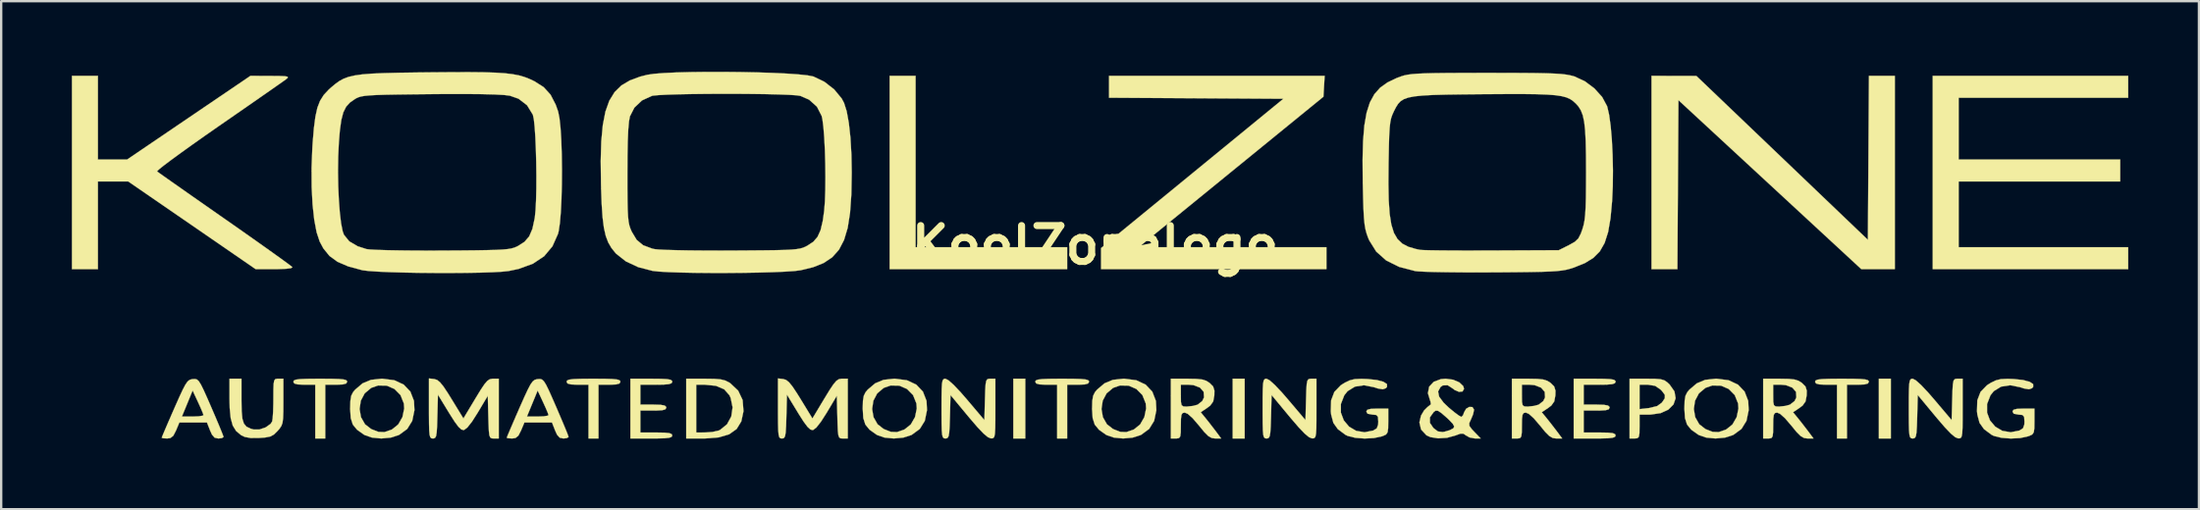
<source format=kicad_pcb>
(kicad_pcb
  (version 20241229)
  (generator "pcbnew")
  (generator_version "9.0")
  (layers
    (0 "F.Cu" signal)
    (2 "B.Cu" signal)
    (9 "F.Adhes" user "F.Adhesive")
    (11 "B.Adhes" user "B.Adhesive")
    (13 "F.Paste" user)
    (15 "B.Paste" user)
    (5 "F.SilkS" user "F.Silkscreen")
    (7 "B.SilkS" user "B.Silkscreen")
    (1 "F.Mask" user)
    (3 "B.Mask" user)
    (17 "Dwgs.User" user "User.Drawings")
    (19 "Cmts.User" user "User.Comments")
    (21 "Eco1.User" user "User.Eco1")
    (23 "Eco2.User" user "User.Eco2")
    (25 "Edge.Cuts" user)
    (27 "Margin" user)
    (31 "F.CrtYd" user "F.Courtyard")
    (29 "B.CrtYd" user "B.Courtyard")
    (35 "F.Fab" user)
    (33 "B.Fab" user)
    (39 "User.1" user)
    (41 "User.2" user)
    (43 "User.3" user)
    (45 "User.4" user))
  (footprint "KoolZonelogo"
    (layer "F.Cu")
    (at 43.439 7.37)
    (property "Reference" "KoolZonelogo" (at 0 0 0) (layer "F.SilkS") (effects (font (size 1.524 1.524) (thickness 0.3))))
    (attr through_hole)
    (fp_poly (pts (xy -2.963 8.213) (xy -3.471 8.213) (xy -3.471 5.673) (xy -2.963 5.673) (xy -2.963 8.213)) (stroke (width 0.01) (type solid)) (fill yes) (layer "F.SilkS"))
    (fp_poly (pts (xy 6.35 8.213) (xy 5.842 8.213) (xy 5.842 5.673) (xy 6.35 5.673) (xy 6.35 8.213)) (stroke (width 0.01) (type solid)) (fill yes) (layer "F.SilkS"))
    (fp_poly (pts (xy 33.782 8.213) (xy 33.274 8.213) (xy 33.274 5.673) (xy 33.782 5.673) (xy 33.782 8.213)) (stroke (width 0.01) (type solid)) (fill yes) (layer "F.SilkS"))
    (fp_poly (pts (xy -7.62 0.085) (xy -1.185 0.085) (xy -1.185 1.016) (xy -8.721 1.016) (xy -8.721 -7.197) (xy -7.62 -7.197) (xy -7.62 0.085)) (stroke (width 0.01) (type solid)) (fill yes) (layer "F.SilkS"))
    (fp_poly (pts (xy 33.951 1.016) (xy 32.528 1.016) (xy 24.765 -6.164) (xy 24.721 1.016) (xy 23.622 1.016) (xy 23.622 -7.197) (xy 25.527 -7.193) (xy 29.168 -3.711) (xy 32.808 -0.229) (xy 32.853 -7.197) (xy 33.951 -7.197) (xy 33.951 1.016)) (stroke (width 0.01) (type solid)) (fill yes) (layer "F.SilkS"))
    (fp_poly (pts (xy 43.857 -6.265) (xy 36.661 -6.265) (xy 36.661 -3.641) (xy 43.519 -3.641) (xy 43.519 -2.709) (xy 36.661 -2.709) (xy 36.661 0.085) (xy 43.857 0.085) (xy 43.857 1.016) (xy 35.56 1.016) (xy 35.56 -7.197) (xy 43.857 -7.197) (xy 43.857 -6.265)) (stroke (width 0.01) (type solid)) (fill yes) (layer "F.SilkS"))
    (fp_poly (pts (xy 9.72 -6.754) (xy 9.694 -6.31) (xy 5.773 -3.113) (xy 1.851 0.085) (xy 9.821 0.085) (xy 9.821 1.016) (xy 0.254 1.016) (xy 0.254 0.12) (xy 4.124 -3.051) (xy 7.994 -6.223) (xy 4.294 -6.245) (xy 0.593 -6.267) (xy 0.593 -7.197) (xy 9.746 -7.197) (xy 9.72 -6.754)) (stroke (width 0.01) (type solid)) (fill yes) (layer "F.SilkS"))
    (fp_poly (pts (xy -32.425 5.675) (xy -32.101 5.685) (xy -31.897 5.705) (xy -31.789 5.737) (xy -31.751 5.785) (xy -31.75 5.8) (xy -31.792 5.876) (xy -31.939 5.916) (xy -32.216 5.927) (xy -32.681 5.927) (xy -32.681 8.213) (xy -33.105 8.213) (xy -33.105 5.927) (xy -33.57 5.927) (xy -33.851 5.915) (xy -33.996 5.875) (xy -34.036 5.8) (xy -34.012 5.748) (xy -33.923 5.712) (xy -33.745 5.689) (xy -33.453 5.677) (xy -33.022 5.673) (xy -32.893 5.673) (xy -32.425 5.675)) (stroke (width 0.01) (type solid)) (fill yes) (layer "F.SilkS"))
    (fp_poly (pts (xy -20.825 5.675) (xy -20.502 5.685) (xy -20.298 5.705) (xy -20.19 5.737) (xy -20.152 5.785) (xy -20.151 5.8) (xy -20.192 5.876) (xy -20.339 5.916) (xy -20.616 5.927) (xy -21.082 5.927) (xy -21.082 8.213) (xy -21.505 8.213) (xy -21.505 5.927) (xy -21.971 5.927) (xy -22.252 5.915) (xy -22.396 5.875) (xy -22.437 5.8) (xy -22.413 5.748) (xy -22.324 5.712) (xy -22.146 5.689) (xy -21.854 5.677) (xy -21.423 5.673) (xy -21.294 5.673) (xy -20.825 5.675)) (stroke (width 0.01) (type solid)) (fill yes) (layer "F.SilkS"))
    (fp_poly (pts (xy -0.929 5.675) (xy -0.605 5.685) (xy -0.401 5.705) (xy -0.293 5.737) (xy -0.255 5.785) (xy -0.254 5.8) (xy -0.296 5.876) (xy -0.443 5.916) (xy -0.72 5.927) (xy -1.185 5.927) (xy -1.185 8.213) (xy -1.609 8.213) (xy -1.609 5.927) (xy -2.074 5.927) (xy -2.355 5.915) (xy -2.5 5.875) (xy -2.54 5.8) (xy -2.516 5.748) (xy -2.427 5.712) (xy -2.249 5.689) (xy -1.957 5.677) (xy -1.526 5.673) (xy -1.397 5.673) (xy -0.929 5.675)) (stroke (width 0.01) (type solid)) (fill yes) (layer "F.SilkS"))
    (fp_poly (pts (xy 32.176 5.675) (xy 32.5 5.685) (xy 32.703 5.705) (xy 32.812 5.737) (xy 32.849 5.785) (xy 32.851 5.8) (xy 32.809 5.876) (xy 32.662 5.916) (xy 32.385 5.927) (xy 31.919 5.927) (xy 31.919 8.213) (xy 31.496 8.213) (xy 31.496 5.927) (xy 31.03 5.927) (xy 30.75 5.915) (xy 30.605 5.875) (xy 30.565 5.8) (xy 30.589 5.748) (xy 30.678 5.712) (xy 30.856 5.689) (xy 31.148 5.677) (xy 31.578 5.673) (xy 31.708 5.673) (xy 32.176 5.675)) (stroke (width 0.01) (type solid)) (fill yes) (layer "F.SilkS"))
    (fp_poly (pts (xy -18.432 5.677) (xy -18.168 5.691) (xy -18.019 5.719) (xy -17.956 5.766) (xy -17.949 5.8) (xy -17.981 5.865) (xy -18.097 5.904) (xy -18.327 5.923) (xy -18.627 5.927) (xy -19.304 5.927) (xy -19.304 6.773) (xy -18.754 6.773) (xy -18.445 6.782) (xy -18.273 6.812) (xy -18.207 6.872) (xy -18.203 6.9) (xy -18.24 6.972) (xy -18.371 7.011) (xy -18.629 7.026) (xy -18.754 7.027) (xy -19.304 7.027) (xy -19.304 7.959) (xy -18.627 7.959) (xy -18.279 7.965) (xy -18.071 7.986) (xy -17.971 8.029) (xy -17.949 8.086) (xy -17.977 8.144) (xy -18.077 8.181) (xy -18.277 8.203) (xy -18.604 8.212) (xy -18.838 8.213) (xy -19.727 8.213) (xy -19.727 5.673) (xy -18.838 5.673) (xy -18.432 5.677)) (stroke (width 0.01) (type solid)) (fill yes) (layer "F.SilkS"))
    (fp_poly (pts (xy -16.171 5.678) (xy -15.9 5.7) (xy -15.706 5.748) (xy -15.543 5.828) (xy -15.485 5.865) (xy -15.151 6.181) (xy -14.963 6.579) (xy -14.927 7.049) (xy -14.927 7.055) (xy -15.019 7.486) (xy -15.217 7.81) (xy -15.533 8.034) (xy -15.977 8.166) (xy -16.56 8.212) (xy -16.616 8.213) (xy -17.357 8.213) (xy -17.357 5.927) (xy -16.933 5.927) (xy -16.933 7.959) (xy -16.531 7.957) (xy -16.242 7.935) (xy -15.992 7.879) (xy -15.925 7.852) (xy -15.626 7.61) (xy -15.444 7.276) (xy -15.388 6.889) (xy -15.471 6.489) (xy -15.522 6.377) (xy -15.745 6.124) (xy -16.098 5.974) (xy -16.565 5.927) (xy -16.933 5.927) (xy -17.357 5.927) (xy -17.357 5.673) (xy -16.565 5.673) (xy -16.171 5.678)) (stroke (width 0.01) (type solid)) (fill yes) (layer "F.SilkS"))
    (fp_poly (pts (xy 21.615 5.677) (xy 21.879 5.691) (xy 22.029 5.719) (xy 22.091 5.766) (xy 22.098 5.8) (xy 22.066 5.865) (xy 21.95 5.904) (xy 21.721 5.923) (xy 21.421 5.927) (xy 20.743 5.927) (xy 20.743 6.773) (xy 21.294 6.773) (xy 21.602 6.782) (xy 21.774 6.812) (xy 21.84 6.872) (xy 21.844 6.9) (xy 21.807 6.972) (xy 21.676 7.011) (xy 21.419 7.026) (xy 21.294 7.027) (xy 20.743 7.027) (xy 20.743 7.959) (xy 21.421 7.959) (xy 21.768 7.965) (xy 21.977 7.986) (xy 22.076 8.029) (xy 22.098 8.086) (xy 22.071 8.144) (xy 21.971 8.181) (xy 21.771 8.203) (xy 21.443 8.212) (xy 21.209 8.213) (xy 20.32 8.213) (xy 20.32 5.673) (xy 21.209 5.673) (xy 21.615 5.677)) (stroke (width 0.01) (type solid)) (fill yes) (layer "F.SilkS"))
    (fp_poly (pts (xy 23.774 5.676) (xy 24.008 5.695) (xy 24.164 5.74) (xy 24.288 5.823) (xy 24.391 5.92) (xy 24.595 6.212) (xy 24.646 6.501) (xy 24.556 6.765) (xy 24.34 6.983) (xy 24.013 7.134) (xy 23.589 7.196) (xy 23.542 7.197) (xy 23.114 7.197) (xy 23.114 7.705) (xy 23.11 7.986) (xy 23.085 8.138) (xy 23.024 8.2) (xy 22.91 8.213) (xy 22.902 8.213) (xy 22.691 8.213) (xy 22.691 5.927) (xy 23.114 5.927) (xy 23.114 6.965) (xy 23.513 6.92) (xy 23.86 6.836) (xy 24.063 6.688) (xy 24.186 6.505) (xy 24.189 6.362) (xy 24.067 6.196) (xy 24.007 6.134) (xy 23.774 5.975) (xy 23.471 5.927) (xy 23.457 5.927) (xy 23.114 5.927) (xy 22.691 5.927) (xy 22.691 5.673) (xy 23.417 5.673) (xy 23.774 5.676)) (stroke (width 0.01) (type solid)) (fill yes) (layer "F.SilkS"))
    (fp_poly (pts (xy -36.237 6.591) (xy -36.23 7.05) (xy -36.2 7.369) (xy -36.135 7.58) (xy -36.022 7.712) (xy -35.848 7.795) (xy -35.717 7.832) (xy -35.471 7.83) (xy -35.209 7.74) (xy -35.002 7.591) (xy -34.935 7.489) (xy -34.913 7.349) (xy -34.895 7.084) (xy -34.885 6.738) (xy -34.883 6.512) (xy -34.881 6.13) (xy -34.872 5.886) (xy -34.847 5.749) (xy -34.799 5.689) (xy -34.719 5.673) (xy -34.671 5.673) (xy -34.459 5.673) (xy -34.459 6.645) (xy -34.461 7.065) (xy -34.471 7.353) (xy -34.496 7.547) (xy -34.545 7.682) (xy -34.623 7.798) (xy -34.702 7.889) (xy -34.856 8.042) (xy -35.013 8.128) (xy -35.232 8.171) (xy -35.485 8.189) (xy -35.846 8.192) (xy -36.097 8.147) (xy -36.258 8.069) (xy -36.465 7.895) (xy -36.608 7.664) (xy -36.695 7.347) (xy -36.738 6.913) (xy -36.745 6.528) (xy -36.745 5.673) (xy -36.237 5.673) (xy -36.237 6.591)) (stroke (width 0.01) (type solid)) (fill yes) (layer "F.SilkS"))
    (fp_poly (pts (xy -4.233 6.943) (xy -4.234 7.43) (xy -4.239 7.773) (xy -4.251 7.998) (xy -4.275 8.128) (xy -4.314 8.19) (xy -4.373 8.208) (xy -4.424 8.208) (xy -4.549 8.157) (xy -4.734 8.003) (xy -4.99 7.735) (xy -5.33 7.339) (xy -5.376 7.284) (xy -6.138 6.365) (xy -6.162 7.289) (xy -6.175 7.695) (xy -6.192 7.961) (xy -6.22 8.117) (xy -6.264 8.19) (xy -6.33 8.212) (xy -6.353 8.213) (xy -6.417 8.204) (xy -6.462 8.16) (xy -6.491 8.057) (xy -6.509 7.869) (xy -6.517 7.572) (xy -6.519 7.139) (xy -6.519 6.943) (xy -6.518 6.454) (xy -6.512 6.11) (xy -6.499 5.885) (xy -6.474 5.754) (xy -6.435 5.692) (xy -6.378 5.673) (xy -6.354 5.673) (xy -6.221 5.741) (xy -5.999 5.939) (xy -5.697 6.259) (xy -5.443 6.552) (xy -4.699 7.431) (xy -4.675 6.552) (xy -4.663 6.159) (xy -4.647 5.905) (xy -4.619 5.76) (xy -4.572 5.693) (xy -4.497 5.674) (xy -4.442 5.673) (xy -4.233 5.673) (xy -4.233 6.943)) (stroke (width 0.01) (type solid)) (fill yes) (layer "F.SilkS"))
    (fp_poly (pts (xy 9.398 6.943) (xy 9.397 7.43) (xy 9.393 7.773) (xy 9.38 7.998) (xy 9.356 8.128) (xy 9.317 8.19) (xy 9.259 8.208) (xy 9.207 8.208) (xy 9.082 8.157) (xy 8.897 8.003) (xy 8.641 7.735) (xy 8.301 7.339) (xy 8.255 7.284) (xy 7.493 6.365) (xy 7.469 7.289) (xy 7.456 7.695) (xy 7.439 7.961) (xy 7.412 8.117) (xy 7.368 8.19) (xy 7.301 8.212) (xy 7.279 8.213) (xy 7.215 8.204) (xy 7.169 8.16) (xy 7.14 8.057) (xy 7.123 7.869) (xy 7.115 7.572) (xy 7.112 7.139) (xy 7.112 6.943) (xy 7.113 6.454) (xy 7.119 6.11) (xy 7.132 5.885) (xy 7.157 5.754) (xy 7.196 5.692) (xy 7.253 5.673) (xy 7.278 5.673) (xy 7.411 5.741) (xy 7.632 5.939) (xy 7.934 6.259) (xy 8.188 6.552) (xy 8.932 7.431) (xy 8.956 6.552) (xy 8.968 6.159) (xy 8.984 5.905) (xy 9.012 5.76) (xy 9.059 5.693) (xy 9.135 5.674) (xy 9.189 5.673) (xy 9.398 5.673) (xy 9.398 6.943)) (stroke (width 0.01) (type solid)) (fill yes) (layer "F.SilkS"))
    (fp_poly (pts (xy 36.83 6.943) (xy 36.829 7.43) (xy 36.825 7.773) (xy 36.812 7.998) (xy 36.788 8.128) (xy 36.749 8.19) (xy 36.691 8.208) (xy 36.639 8.208) (xy 36.514 8.157) (xy 36.329 8.003) (xy 36.073 7.735) (xy 35.733 7.339) (xy 35.687 7.284) (xy 34.925 6.365) (xy 34.901 7.289) (xy 34.888 7.695) (xy 34.871 7.961) (xy 34.844 8.117) (xy 34.8 8.19) (xy 34.733 8.212) (xy 34.711 8.213) (xy 34.647 8.204) (xy 34.601 8.16) (xy 34.572 8.057) (xy 34.555 7.869) (xy 34.547 7.572) (xy 34.544 7.139) (xy 34.544 6.943) (xy 34.545 6.454) (xy 34.551 6.11) (xy 34.564 5.885) (xy 34.589 5.754) (xy 34.628 5.692) (xy 34.685 5.673) (xy 34.71 5.673) (xy 34.843 5.741) (xy 35.064 5.939) (xy 35.366 6.259) (xy 35.62 6.552) (xy 36.364 7.431) (xy 36.388 6.552) (xy 36.4 6.159) (xy 36.416 5.905) (xy 36.444 5.76) (xy 36.491 5.693) (xy 36.567 5.674) (xy 36.621 5.673) (xy 36.83 5.673) (xy 36.83 6.943)) (stroke (width 0.01) (type solid)) (fill yes) (layer "F.SilkS"))
    (fp_poly (pts (xy -29.747 5.738) (xy -29.349 5.925) (xy -29.067 6.222) (xy -28.915 6.616) (xy -28.895 7.01) (xy -28.989 7.464) (xy -29.201 7.807) (xy -29.547 8.06) (xy -29.555 8.064) (xy -29.899 8.175) (xy -30.304 8.212) (xy -30.699 8.174) (xy -31.016 8.064) (xy -31.03 8.055) (xy -31.331 7.841) (xy -31.511 7.622) (xy -31.599 7.344) (xy -31.623 6.959) (xy -31.224 6.959) (xy -31.165 7.306) (xy -30.993 7.608) (xy -30.734 7.81) (xy -30.428 7.931) (xy -30.169 7.941) (xy -29.874 7.84) (xy -29.843 7.825) (xy -29.584 7.616) (xy -29.404 7.303) (xy -29.329 6.94) (xy -29.344 6.726) (xy -29.487 6.368) (xy -29.742 6.11) (xy -30.071 5.967) (xy -30.437 5.96) (xy -30.73 6.062) (xy -31.007 6.295) (xy -31.172 6.607) (xy -31.224 6.959) (xy -31.623 6.959) (xy -31.623 6.955) (xy -31.623 6.941) (xy -31.614 6.614) (xy -31.579 6.4) (xy -31.501 6.244) (xy -31.411 6.137) (xy -31.096 5.869) (xy -30.742 5.722) (xy -30.295 5.673) (xy -30.251 5.673) (xy -29.747 5.738)) (stroke (width 0.01) (type solid)) (fill yes) (layer "F.SilkS"))
    (fp_poly (pts (xy -7.988 5.738) (xy -7.589 5.925) (xy -7.308 6.222) (xy -7.155 6.616) (xy -7.136 7.01) (xy -7.229 7.464) (xy -7.442 7.807) (xy -7.787 8.06) (xy -7.795 8.064) (xy -8.139 8.175) (xy -8.544 8.212) (xy -8.94 8.174) (xy -9.257 8.064) (xy -9.271 8.055) (xy -9.572 7.841) (xy -9.752 7.622) (xy -9.84 7.344) (xy -9.863 6.959) (xy -9.465 6.959) (xy -9.406 7.306) (xy -9.234 7.608) (xy -8.975 7.81) (xy -8.669 7.931) (xy -8.409 7.941) (xy -8.115 7.84) (xy -8.084 7.825) (xy -7.824 7.616) (xy -7.644 7.303) (xy -7.569 6.94) (xy -7.584 6.726) (xy -7.728 6.368) (xy -7.982 6.11) (xy -8.311 5.967) (xy -8.677 5.96) (xy -8.971 6.062) (xy -9.248 6.295) (xy -9.412 6.607) (xy -9.465 6.959) (xy -9.863 6.959) (xy -9.864 6.955) (xy -9.864 6.941) (xy -9.855 6.614) (xy -9.819 6.4) (xy -9.742 6.244) (xy -9.652 6.137) (xy -9.337 5.869) (xy -8.983 5.722) (xy -8.536 5.673) (xy -8.492 5.673) (xy -7.988 5.738)) (stroke (width 0.01) (type solid)) (fill yes) (layer "F.SilkS"))
    (fp_poly (pts (xy 1.749 5.738) (xy 2.147 5.925) (xy 2.429 6.222) (xy 2.581 6.616) (xy 2.601 7.01) (xy 2.507 7.464) (xy 2.295 7.807) (xy 1.949 8.06) (xy 1.941 8.064) (xy 1.597 8.175) (xy 1.192 8.212) (xy 0.797 8.174) (xy 0.48 8.064) (xy 0.466 8.055) (xy 0.165 7.841) (xy -0.015 7.622) (xy -0.103 7.344) (xy -0.127 6.959) (xy 0.272 6.959) (xy 0.331 7.306) (xy 0.503 7.608) (xy 0.762 7.81) (xy 1.068 7.931) (xy 1.327 7.941) (xy 1.622 7.84) (xy 1.653 7.825) (xy 1.912 7.616) (xy 2.092 7.303) (xy 2.167 6.94) (xy 2.152 6.726) (xy 2.009 6.368) (xy 1.754 6.11) (xy 1.425 5.967) (xy 1.059 5.96) (xy 0.766 6.062) (xy 0.489 6.295) (xy 0.324 6.607) (xy 0.272 6.959) (xy -0.127 6.959) (xy -0.127 6.955) (xy -0.127 6.941) (xy -0.118 6.614) (xy -0.083 6.4) (xy -0.005 6.244) (xy 0.085 6.137) (xy 0.4 5.869) (xy 0.754 5.722) (xy 1.201 5.673) (xy 1.245 5.673) (xy 1.749 5.738)) (stroke (width 0.01) (type solid)) (fill yes) (layer "F.SilkS"))
    (fp_poly (pts (xy 26.895 5.738) (xy 27.293 5.925) (xy 27.575 6.222) (xy 27.727 6.616) (xy 27.747 7.01) (xy 27.653 7.464) (xy 27.441 7.807) (xy 27.095 8.06) (xy 27.087 8.064) (xy 26.743 8.175) (xy 26.338 8.212) (xy 25.943 8.174) (xy 25.626 8.064) (xy 25.612 8.055) (xy 25.311 7.841) (xy 25.131 7.622) (xy 25.043 7.344) (xy 25.019 6.959) (xy 25.418 6.959) (xy 25.477 7.306) (xy 25.649 7.608) (xy 25.908 7.81) (xy 26.214 7.931) (xy 26.473 7.941) (xy 26.768 7.84) (xy 26.799 7.825) (xy 27.058 7.616) (xy 27.238 7.303) (xy 27.313 6.94) (xy 27.298 6.726) (xy 27.155 6.368) (xy 26.9 6.11) (xy 26.571 5.967) (xy 26.205 5.96) (xy 25.912 6.062) (xy 25.635 6.295) (xy 25.47 6.607) (xy 25.418 6.959) (xy 25.019 6.959) (xy 25.019 6.955) (xy 25.019 6.941) (xy 25.028 6.614) (xy 25.063 6.4) (xy 25.141 6.244) (xy 25.231 6.137) (xy 25.546 5.869) (xy 25.9 5.722) (xy 26.347 5.673) (xy 26.391 5.673) (xy 26.895 5.738)) (stroke (width 0.01) (type solid)) (fill yes) (layer "F.SilkS"))
    (fp_poly (pts (xy -38.125 5.708) (xy -38.047 5.781) (xy -37.956 5.927) (xy -37.838 6.167) (xy -37.678 6.523) (xy -37.525 6.875) (xy -37.344 7.295) (xy -37.19 7.659) (xy -37.075 7.941) (xy -37.009 8.112) (xy -36.999 8.149) (xy -37.072 8.196) (xy -37.218 8.213) (xy -37.375 8.18) (xy -37.488 8.052) (xy -37.569 7.874) (xy -37.702 7.535) (xy -38.875 7.535) (xy -39.016 7.873) (xy -39.13 8.094) (xy -39.253 8.193) (xy -39.391 8.212) (xy -39.56 8.203) (xy -39.624 8.181) (xy -39.592 8.097) (xy -39.503 7.885) (xy -39.369 7.572) (xy -39.242 7.281) (xy -38.767 7.281) (xy -38.307 7.281) (xy -38.054 7.271) (xy -37.888 7.244) (xy -37.85 7.218) (xy -37.886 7.113) (xy -37.974 6.904) (xy -38.083 6.665) (xy -38.312 6.175) (xy -38.539 6.728) (xy -38.767 7.281) (xy -39.242 7.281) (xy -39.201 7.185) (xy -39.09 6.932) (xy -38.886 6.472) (xy -38.734 6.144) (xy -38.619 5.925) (xy -38.527 5.793) (xy -38.442 5.724) (xy -38.351 5.696) (xy -38.303 5.69) (xy -38.206 5.685) (xy -38.125 5.708)) (stroke (width 0.01) (type solid)) (fill yes) (layer "F.SilkS"))
    (fp_poly (pts (xy -28.05 5.688) (xy -27.932 5.725) (xy -27.81 5.823) (xy -27.661 6.006) (xy -27.466 6.3) (xy -27.319 6.538) (xy -26.816 7.361) (xy -26.309 6.517) (xy -26.086 6.151) (xy -25.924 5.909) (xy -25.801 5.765) (xy -25.695 5.694) (xy -25.585 5.673) (xy -25.559 5.673) (xy -25.315 5.673) (xy -25.315 8.213) (xy -25.524 8.213) (xy -25.616 8.207) (xy -25.677 8.171) (xy -25.715 8.073) (xy -25.736 7.886) (xy -25.749 7.577) (xy -25.757 7.305) (xy -25.781 6.397) (xy -26.208 7.114) (xy -26.452 7.497) (xy -26.649 7.747) (xy -26.79 7.853) (xy -26.801 7.855) (xy -26.901 7.831) (xy -27.024 7.719) (xy -27.188 7.498) (xy -27.411 7.148) (xy -27.432 7.114) (xy -27.898 6.35) (xy -27.922 7.282) (xy -27.934 7.69) (xy -27.951 7.958) (xy -27.978 8.114) (xy -28.022 8.19) (xy -28.088 8.212) (xy -28.112 8.213) (xy -28.176 8.204) (xy -28.221 8.161) (xy -28.251 8.058) (xy -28.268 7.87) (xy -28.276 7.573) (xy -28.279 7.141) (xy -28.279 6.937) (xy -28.279 5.661) (xy -28.05 5.688)) (stroke (width 0.01) (type solid)) (fill yes) (layer "F.SilkS"))
    (fp_poly (pts (xy -23.478 5.708) (xy -23.399 5.781) (xy -23.308 5.927) (xy -23.19 6.167) (xy -23.031 6.523) (xy -22.877 6.875) (xy -22.697 7.295) (xy -22.543 7.659) (xy -22.427 7.941) (xy -22.362 8.112) (xy -22.352 8.149) (xy -22.425 8.196) (xy -22.57 8.213) (xy -22.727 8.18) (xy -22.841 8.052) (xy -22.922 7.874) (xy -23.055 7.535) (xy -24.227 7.535) (xy -24.369 7.873) (xy -24.483 8.094) (xy -24.606 8.193) (xy -24.744 8.212) (xy -24.913 8.203) (xy -24.977 8.181) (xy -24.944 8.097) (xy -24.855 7.885) (xy -24.721 7.572) (xy -24.595 7.281) (xy -24.12 7.281) (xy -23.659 7.281) (xy -23.407 7.271) (xy -23.241 7.244) (xy -23.203 7.218) (xy -23.238 7.113) (xy -23.327 6.904) (xy -23.436 6.665) (xy -23.664 6.175) (xy -23.892 6.728) (xy -24.12 7.281) (xy -24.595 7.281) (xy -24.553 7.185) (xy -24.443 6.932) (xy -24.239 6.472) (xy -24.087 6.144) (xy -23.972 5.925) (xy -23.879 5.793) (xy -23.795 5.724) (xy -23.703 5.696) (xy -23.656 5.69) (xy -23.558 5.685) (xy -23.478 5.708)) (stroke (width 0.01) (type solid)) (fill yes) (layer "F.SilkS"))
    (fp_poly (pts (xy -13.233 5.688) (xy -13.116 5.725) (xy -12.993 5.823) (xy -12.845 6.006) (xy -12.65 6.3) (xy -12.502 6.538) (xy -11.999 7.361) (xy -11.493 6.517) (xy -11.269 6.151) (xy -11.107 5.909) (xy -10.984 5.765) (xy -10.879 5.694) (xy -10.769 5.673) (xy -10.743 5.673) (xy -10.499 5.673) (xy -10.499 8.213) (xy -10.707 8.213) (xy -10.8 8.207) (xy -10.861 8.171) (xy -10.898 8.073) (xy -10.92 7.886) (xy -10.933 7.577) (xy -10.94 7.305) (xy -10.964 6.397) (xy -11.391 7.114) (xy -11.636 7.497) (xy -11.832 7.747) (xy -11.973 7.853) (xy -11.984 7.855) (xy -12.084 7.831) (xy -12.207 7.719) (xy -12.372 7.498) (xy -12.595 7.148) (xy -12.615 7.114) (xy -13.081 6.35) (xy -13.105 7.282) (xy -13.118 7.69) (xy -13.135 7.958) (xy -13.162 8.114) (xy -13.205 8.19) (xy -13.271 8.212) (xy -13.295 8.213) (xy -13.359 8.204) (xy -13.404 8.161) (xy -13.434 8.058) (xy -13.451 7.87) (xy -13.459 7.573) (xy -13.462 7.141) (xy -13.462 6.937) (xy -13.462 5.661) (xy -13.233 5.688)) (stroke (width 0.01) (type solid)) (fill yes) (layer "F.SilkS"))
    (fp_poly (pts (xy -42.333 -3.641) (xy -41.093 -3.641) (xy -35.857 -7.197) (xy -35.01 -7.194) (xy -34.629 -7.191) (xy -34.395 -7.181) (xy -34.282 -7.16) (xy -34.267 -7.123) (xy -34.326 -7.066) (xy -34.332 -7.061) (xy -34.438 -6.985) (xy -34.667 -6.824) (xy -35.003 -6.589) (xy -35.429 -6.292) (xy -35.929 -5.944) (xy -36.487 -5.557) (xy -37.087 -5.141) (xy -37.197 -5.065) (xy -37.792 -4.65) (xy -38.338 -4.264) (xy -38.82 -3.918) (xy -39.224 -3.622) (xy -39.536 -3.387) (xy -39.74 -3.223) (xy -39.822 -3.142) (xy -39.822 -3.136) (xy -39.739 -3.076) (xy -39.532 -2.929) (xy -39.217 -2.706) (xy -38.808 -2.419) (xy -38.321 -2.077) (xy -37.77 -1.692) (xy -37.171 -1.273) (xy -36.939 -1.111) (xy -36.327 -0.683) (xy -35.758 -0.282) (xy -35.248 0.079) (xy -34.811 0.391) (xy -34.462 0.642) (xy -34.217 0.822) (xy -34.091 0.92) (xy -34.077 0.934) (xy -34.13 0.974) (xy -34.337 1.001) (xy -34.68 1.015) (xy -34.831 1.016) (xy -35.637 1.016) (xy -38.341 -0.847) (xy -41.045 -2.709) (xy -42.333 -2.709) (xy -42.333 1.016) (xy -43.434 1.016) (xy -43.434 -7.197) (xy -42.333 -7.197) (xy -42.333 -3.641)) (stroke (width 0.01) (type solid)) (fill yes) (layer "F.SilkS"))
    (fp_poly (pts (xy 4.299 5.68) (xy 4.549 5.707) (xy 4.723 5.763) (xy 4.861 5.852) (xy 5.011 6.002) (xy 5.067 6.177) (xy 5.063 6.378) (xy 5.016 6.637) (xy 4.891 6.813) (xy 4.761 6.911) (xy 4.485 7.097) (xy 4.682 7.337) (xy 4.862 7.563) (xy 5.065 7.827) (xy 5.117 7.895) (xy 5.354 8.213) (xy 5.098 8.213) (xy 4.95 8.191) (xy 4.807 8.109) (xy 4.637 7.94) (xy 4.409 7.662) (xy 4.146 7.355) (xy 3.936 7.167) (xy 3.809 7.112) (xy 3.718 7.13) (xy 3.667 7.207) (xy 3.645 7.382) (xy 3.641 7.662) (xy 3.637 7.958) (xy 3.616 8.123) (xy 3.563 8.195) (xy 3.464 8.212) (xy 3.429 8.213) (xy 3.217 8.213) (xy 3.217 5.927) (xy 3.641 5.927) (xy 3.641 6.392) (xy 3.645 6.659) (xy 3.673 6.797) (xy 3.747 6.85) (xy 3.889 6.858) (xy 3.889 6.858) (xy 4.157 6.829) (xy 4.352 6.776) (xy 4.55 6.621) (xy 4.625 6.466) (xy 4.61 6.231) (xy 4.454 6.051) (xy 4.181 5.946) (xy 3.97 5.927) (xy 3.641 5.927) (xy 3.217 5.927) (xy 3.217 5.673) (xy 3.926 5.673) (xy 4.299 5.68)) (stroke (width 0.01) (type solid)) (fill yes) (layer "F.SilkS"))
    (fp_poly (pts (xy 11.562 5.686) (xy 11.961 5.728) (xy 12.243 5.803) (xy 12.392 5.902) (xy 12.394 6.02) (xy 12.341 6.078) (xy 12.215 6.122) (xy 12.008 6.088) (xy 11.839 6.033) (xy 11.415 5.95) (xy 11.032 6.009) (xy 10.72 6.201) (xy 10.58 6.376) (xy 10.435 6.748) (xy 10.435 7.113) (xy 10.558 7.442) (xy 10.781 7.709) (xy 11.082 7.887) (xy 11.439 7.948) (xy 11.805 7.876) (xy 11.958 7.783) (xy 12.017 7.621) (xy 12.023 7.495) (xy 12.009 7.295) (xy 11.938 7.213) (xy 11.769 7.197) (xy 11.567 7.159) (xy 11.515 7.07) (xy 11.556 6.993) (xy 11.703 6.954) (xy 11.98 6.943) (xy 12.446 6.943) (xy 12.446 7.485) (xy 12.442 7.779) (xy 12.417 7.95) (xy 12.353 8.043) (xy 12.229 8.102) (xy 12.179 8.12) (xy 11.839 8.194) (xy 11.441 8.214) (xy 11.049 8.184) (xy 10.729 8.105) (xy 10.626 8.055) (xy 10.305 7.815) (xy 10.116 7.549) (xy 10.023 7.2) (xy 10.007 7.054) (xy 10.021 6.592) (xy 10.158 6.233) (xy 10.43 5.951) (xy 10.597 5.845) (xy 10.809 5.742) (xy 11.024 5.69) (xy 11.302 5.677) (xy 11.562 5.686)) (stroke (width 0.01) (type solid)) (fill yes) (layer "F.SilkS"))
    (fp_poly (pts (xy 18.777 5.68) (xy 19.027 5.707) (xy 19.201 5.763) (xy 19.339 5.852) (xy 19.489 6.002) (xy 19.545 6.177) (xy 19.541 6.378) (xy 19.494 6.637) (xy 19.369 6.813) (xy 19.239 6.911) (xy 18.963 7.097) (xy 19.16 7.337) (xy 19.34 7.563) (xy 19.543 7.827) (xy 19.595 7.895) (xy 19.832 8.213) (xy 19.576 8.213) (xy 19.428 8.191) (xy 19.285 8.109) (xy 19.115 7.94) (xy 18.887 7.662) (xy 18.624 7.355) (xy 18.414 7.167) (xy 18.287 7.112) (xy 18.196 7.13) (xy 18.145 7.207) (xy 18.123 7.382) (xy 18.119 7.662) (xy 18.115 7.958) (xy 18.094 8.123) (xy 18.041 8.195) (xy 17.942 8.212) (xy 17.907 8.213) (xy 17.695 8.213) (xy 17.695 5.927) (xy 18.119 5.927) (xy 18.119 6.392) (xy 18.123 6.659) (xy 18.151 6.797) (xy 18.225 6.85) (xy 18.367 6.858) (xy 18.367 6.858) (xy 18.635 6.829) (xy 18.83 6.776) (xy 19.028 6.621) (xy 19.103 6.466) (xy 19.088 6.231) (xy 18.932 6.051) (xy 18.659 5.946) (xy 18.448 5.927) (xy 18.119 5.927) (xy 17.695 5.927) (xy 17.695 5.673) (xy 18.404 5.673) (xy 18.777 5.68)) (stroke (width 0.01) (type solid)) (fill yes) (layer "F.SilkS"))
    (fp_poly (pts (xy 29.445 5.68) (xy 29.695 5.707) (xy 29.869 5.763) (xy 30.007 5.852) (xy 30.157 6.002) (xy 30.213 6.177) (xy 30.209 6.378) (xy 30.162 6.637) (xy 30.037 6.813) (xy 29.907 6.911) (xy 29.631 7.097) (xy 29.828 7.337) (xy 30.008 7.563) (xy 30.211 7.827) (xy 30.263 7.895) (xy 30.5 8.213) (xy 30.244 8.213) (xy 30.096 8.191) (xy 29.953 8.109) (xy 29.783 7.94) (xy 29.555 7.662) (xy 29.292 7.355) (xy 29.082 7.167) (xy 28.955 7.112) (xy 28.864 7.13) (xy 28.813 7.207) (xy 28.791 7.382) (xy 28.787 7.662) (xy 28.783 7.958) (xy 28.762 8.123) (xy 28.709 8.195) (xy 28.61 8.212) (xy 28.575 8.213) (xy 28.363 8.213) (xy 28.363 5.927) (xy 28.787 5.927) (xy 28.787 6.392) (xy 28.791 6.659) (xy 28.819 6.797) (xy 28.893 6.85) (xy 29.035 6.858) (xy 29.035 6.858) (xy 29.303 6.829) (xy 29.498 6.776) (xy 29.696 6.621) (xy 29.771 6.466) (xy 29.756 6.231) (xy 29.6 6.051) (xy 29.327 5.946) (xy 29.116 5.927) (xy 28.787 5.927) (xy 28.363 5.927) (xy 28.363 5.673) (xy 29.072 5.673) (xy 29.445 5.68)) (stroke (width 0.01) (type solid)) (fill yes) (layer "F.SilkS"))
    (fp_poly (pts (xy 38.994 5.686) (xy 39.393 5.728) (xy 39.675 5.803) (xy 39.824 5.902) (xy 39.826 6.02) (xy 39.773 6.078) (xy 39.647 6.122) (xy 39.44 6.088) (xy 39.271 6.033) (xy 38.847 5.95) (xy 38.464 6.009) (xy 38.152 6.201) (xy 38.012 6.376) (xy 37.867 6.748) (xy 37.867 7.113) (xy 37.99 7.442) (xy 38.213 7.709) (xy 38.514 7.887) (xy 38.871 7.948) (xy 39.237 7.876) (xy 39.39 7.783) (xy 39.449 7.621) (xy 39.455 7.495) (xy 39.441 7.295) (xy 39.37 7.213) (xy 39.201 7.197) (xy 38.999 7.159) (xy 38.947 7.07) (xy 38.988 6.993) (xy 39.135 6.954) (xy 39.412 6.943) (xy 39.878 6.943) (xy 39.878 7.485) (xy 39.874 7.779) (xy 39.849 7.95) (xy 39.785 8.043) (xy 39.661 8.102) (xy 39.611 8.12) (xy 39.271 8.194) (xy 38.873 8.214) (xy 38.481 8.184) (xy 38.161 8.105) (xy 38.058 8.055) (xy 37.737 7.815) (xy 37.548 7.549) (xy 37.455 7.2) (xy 37.439 7.054) (xy 37.453 6.592) (xy 37.59 6.233) (xy 37.862 5.951) (xy 38.029 5.845) (xy 38.241 5.742) (xy 38.456 5.69) (xy 38.734 5.677) (xy 38.994 5.686)) (stroke (width 0.01) (type solid)) (fill yes) (layer "F.SilkS"))
    (fp_poly (pts (xy 15.199 5.715) (xy 15.461 5.827) (xy 15.627 5.984) (xy 15.663 6.102) (xy 15.601 6.213) (xy 15.452 6.231) (xy 15.272 6.157) (xy 15.209 6.107) (xy 14.97 5.949) (xy 14.762 5.957) (xy 14.664 6.028) (xy 14.562 6.215) (xy 14.605 6.434) (xy 14.8 6.696) (xy 15.02 6.905) (xy 15.255 7.099) (xy 15.443 7.238) (xy 15.546 7.295) (xy 15.55 7.296) (xy 15.622 7.221) (xy 15.667 7.096) (xy 15.753 6.948) (xy 15.889 6.871) (xy 16.019 6.877) (xy 16.085 6.979) (xy 16.086 7) (xy 16.048 7.183) (xy 15.957 7.402) (xy 15.885 7.56) (xy 15.891 7.677) (xy 15.991 7.815) (xy 16.101 7.931) (xy 16.374 8.213) (xy 16.131 8.213) (xy 15.9 8.169) (xy 15.747 8.084) (xy 15.635 8.008) (xy 15.508 8.008) (xy 15.298 8.084) (xy 14.941 8.183) (xy 14.565 8.206) (xy 14.234 8.154) (xy 14.068 8.077) (xy 13.839 7.831) (xy 13.769 7.53) (xy 13.82 7.313) (xy 14.214 7.313) (xy 14.216 7.551) (xy 14.362 7.766) (xy 14.553 7.912) (xy 14.752 7.938) (xy 14.835 7.925) (xy 15.058 7.859) (xy 15.209 7.78) (xy 15.246 7.705) (xy 15.189 7.592) (xy 15.021 7.415) (xy 14.921 7.322) (xy 14.698 7.128) (xy 14.557 7.036) (xy 14.46 7.029) (xy 14.381 7.083) (xy 14.214 7.313) (xy 13.82 7.313) (xy 13.836 7.242) (xy 13.965 7.022) (xy 14.119 6.869) (xy 14.133 6.861) (xy 14.256 6.759) (xy 14.235 6.625) (xy 14.225 6.606) (xy 14.129 6.288) (xy 14.183 6.013) (xy 14.373 5.806) (xy 14.681 5.69) (xy 14.885 5.673) (xy 15.199 5.715)) (stroke (width 0.01) (type solid)) (fill yes) (layer "F.SilkS"))
    (fp_poly (pts (xy -15.058 -7.358) (xy -14.355 -7.344) (xy -13.694 -7.322) (xy -13.1 -7.294) (xy -12.597 -7.259) (xy -12.21 -7.218) (xy -11.966 -7.171) (xy -11.954 -7.167) (xy -11.491 -6.945) (xy -11.075 -6.62) (xy -10.757 -6.234) (xy -10.657 -6.047) (xy -10.545 -5.693) (xy -10.454 -5.192) (xy -10.386 -4.569) (xy -10.344 -3.846) (xy -10.331 -3.09) (xy -10.347 -2.16) (xy -10.402 -1.382) (xy -10.502 -0.74) (xy -10.657 -0.221) (xy -10.873 0.192) (xy -11.157 0.511) (xy -11.519 0.754) (xy -11.966 0.933) (xy -12.503 1.064) (xy -12.764 1.096) (xy -13.167 1.123) (xy -13.682 1.145) (xy -14.283 1.162) (xy -14.94 1.173) (xy -15.627 1.179) (xy -16.315 1.179) (xy -16.975 1.173) (xy -17.581 1.161) (xy -18.104 1.143) (xy -18.515 1.12) (xy -18.781 1.091) (xy -19.395 0.932) (xy -19.925 0.683) (xy -20.332 0.36) (xy -20.357 0.334) (xy -20.532 0.116) (xy -20.669 -0.12) (xy -20.774 -0.398) (xy -20.852 -0.743) (xy -20.907 -1.18) (xy -20.945 -1.731) (xy -20.971 -2.423) (xy -20.975 -2.588) (xy -20.98 -3.048) (xy -19.854 -3.048) (xy -19.854 -2.396) (xy -19.85 -1.89) (xy -19.842 -1.506) (xy -19.827 -1.219) (xy -19.804 -1.006) (xy -19.772 -0.844) (xy -19.727 -0.708) (xy -19.672 -0.579) (xy -19.461 -0.228) (xy -19.188 -0.000034) (xy -18.808 0.142) (xy -18.701 0.166) (xy -18.529 0.183) (xy -18.21 0.199) (xy -17.767 0.211) (xy -17.225 0.221) (xy -16.604 0.226) (xy -15.929 0.228) (xy -15.452 0.227) (xy -14.677 0.222) (xy -14.052 0.217) (xy -13.559 0.211) (xy -13.178 0.201) (xy -12.891 0.187) (xy -12.679 0.167) (xy -12.522 0.141) (xy -12.403 0.108) (xy -12.301 0.065) (xy -12.215 0.02) (xy -11.964 -0.145) (xy -11.782 -0.355) (xy -11.653 -0.641) (xy -11.56 -1.036) (xy -11.5 -1.466) (xy -11.469 -1.857) (xy -11.452 -2.345) (xy -11.447 -2.896) (xy -11.453 -3.473) (xy -11.47 -4.043) (xy -11.497 -4.571) (xy -11.533 -5.02) (xy -11.576 -5.357) (xy -11.607 -5.494) (xy -11.809 -5.887) (xy -12.14 -6.184) (xy -12.512 -6.346) (xy -12.687 -6.371) (xy -13.006 -6.391) (xy -13.443 -6.407) (xy -13.973 -6.42) (xy -14.572 -6.428) (xy -15.213 -6.433) (xy -15.872 -6.434) (xy -16.522 -6.43) (xy -17.14 -6.423) (xy -17.698 -6.412) (xy -18.173 -6.397) (xy -18.538 -6.378) (xy -18.769 -6.356) (xy -18.815 -6.346) (xy -19.234 -6.153) (xy -19.558 -5.846) (xy -19.747 -5.476) (xy -19.787 -5.263) (xy -19.818 -4.916) (xy -19.839 -4.426) (xy -19.851 -3.785) (xy -19.854 -3.048) (xy -20.98 -3.048) (xy -20.987 -3.576) (xy -20.963 -4.41) (xy -20.898 -5.106) (xy -20.787 -5.678) (xy -20.623 -6.139) (xy -20.399 -6.504) (xy -20.111 -6.787) (xy -19.752 -7.002) (xy -19.317 -7.163) (xy -19.012 -7.241) (xy -18.727 -7.283) (xy -18.306 -7.316) (xy -17.776 -7.341) (xy -17.16 -7.357) (xy -16.485 -7.365) (xy -15.776 -7.365) (xy -15.058 -7.358)) (stroke (width 0.01) (type solid)) (fill yes) (layer "F.SilkS"))
    (fp_poly (pts (xy -25.967 -7.349) (xy -25.467 -7.333) (xy -25.061 -7.307) (xy -24.73 -7.268) (xy -24.456 -7.216) (xy -24.219 -7.147) (xy -24 -7.061) (xy -23.794 -6.963) (xy -23.406 -6.715) (xy -23.117 -6.397) (xy -22.897 -5.972) (xy -22.794 -5.678) (xy -22.738 -5.396) (xy -22.693 -4.978) (xy -22.661 -4.455) (xy -22.641 -3.861) (xy -22.633 -3.226) (xy -22.637 -2.585) (xy -22.653 -1.968) (xy -22.681 -1.409) (xy -22.721 -0.939) (xy -22.773 -0.591) (xy -22.8 -0.483) (xy -23.036 0.046) (xy -23.388 0.467) (xy -23.864 0.785) (xy -24.472 1.007) (xy -24.898 1.096) (xy -25.174 1.125) (xy -25.586 1.148) (xy -26.105 1.165) (xy -26.704 1.175) (xy -27.355 1.18) (xy -28.032 1.179) (xy -28.707 1.173) (xy -29.353 1.161) (xy -29.941 1.144) (xy -30.446 1.122) (xy -30.84 1.095) (xy -31.095 1.064) (xy -31.115 1.059) (xy -31.707 0.9) (xy -32.159 0.706) (xy -32.501 0.457) (xy -32.763 0.133) (xy -32.918 -0.157) (xy -33.048 -0.551) (xy -33.149 -1.087) (xy -33.22 -1.738) (xy -33.258 -2.48) (xy -33.261 -3.144) (xy -32.141 -3.144) (xy -32.131 -2.519) (xy -32.104 -1.923) (xy -32.063 -1.384) (xy -32.009 -0.932) (xy -31.943 -0.598) (xy -31.889 -0.446) (xy -31.663 -0.166) (xy -31.305 0.044) (xy -30.927 0.165) (xy -30.767 0.183) (xy -30.461 0.199) (xy -30.029 0.212) (xy -29.496 0.221) (xy -28.883 0.227) (xy -28.213 0.229) (xy -27.728 0.227) (xy -26.949 0.223) (xy -26.32 0.217) (xy -25.823 0.209) (xy -25.439 0.199) (xy -25.149 0.184) (xy -24.935 0.164) (xy -24.777 0.137) (xy -24.656 0.103) (xy -24.555 0.061) (xy -24.516 0.042) (xy -24.226 -0.142) (xy -24.024 -0.375) (xy -23.887 -0.694) (xy -23.791 -1.139) (xy -23.784 -1.182) (xy -23.753 -1.491) (xy -23.732 -1.91) (xy -23.72 -2.41) (xy -23.718 -2.959) (xy -23.725 -3.526) (xy -23.74 -4.08) (xy -23.762 -4.589) (xy -23.791 -5.024) (xy -23.826 -5.352) (xy -23.867 -5.543) (xy -23.868 -5.546) (xy -24.115 -5.948) (xy -24.476 -6.225) (xy -24.841 -6.353) (xy -25.082 -6.383) (xy -25.49 -6.406) (xy -26.063 -6.42) (xy -26.8 -6.426) (xy -27.699 -6.424) (xy -28.194 -6.42) (xy -28.978 -6.412) (xy -29.611 -6.404) (xy -30.112 -6.395) (xy -30.498 -6.383) (xy -30.788 -6.367) (xy -31.001 -6.347) (xy -31.156 -6.321) (xy -31.269 -6.288) (xy -31.36 -6.247) (xy -31.408 -6.22) (xy -31.63 -6.066) (xy -31.796 -5.883) (xy -31.916 -5.642) (xy -32.001 -5.314) (xy -32.062 -4.872) (xy -32.104 -4.356) (xy -32.132 -3.766) (xy -32.141 -3.144) (xy -33.261 -3.144) (xy -33.262 -3.287) (xy -33.229 -4.133) (xy -33.215 -4.35) (xy -33.163 -4.977) (xy -33.099 -5.465) (xy -33.015 -5.843) (xy -32.9 -6.139) (xy -32.746 -6.383) (xy -32.541 -6.605) (xy -32.448 -6.69) (xy -32.267 -6.843) (xy -32.095 -6.969) (xy -31.911 -7.071) (xy -31.699 -7.151) (xy -31.439 -7.212) (xy -31.113 -7.258) (xy -30.703 -7.291) (xy -30.191 -7.313) (xy -29.557 -7.329) (xy -28.784 -7.34) (xy -28.219 -7.346) (xy -27.324 -7.353) (xy -26.58 -7.355) (xy -25.967 -7.349)) (stroke (width 0.01) (type solid)) (fill yes) (layer "F.SilkS"))
    (fp_poly (pts (xy 17.476 -7.323) (xy 18.165 -7.32) (xy 18.721 -7.315) (xy 19.162 -7.306) (xy 19.508 -7.293) (xy 19.777 -7.276) (xy 19.987 -7.252) (xy 20.156 -7.222) (xy 20.303 -7.185) (xy 20.35 -7.171) (xy 20.789 -6.969) (xy 21.196 -6.665) (xy 21.526 -6.299) (xy 21.735 -5.911) (xy 21.744 -5.884) (xy 21.823 -5.54) (xy 21.888 -5.063) (xy 21.938 -4.486) (xy 21.97 -3.844) (xy 21.985 -3.173) (xy 21.978 -2.508) (xy 21.949 -1.883) (xy 21.949 -1.875) (xy 21.881 -1.144) (xy 21.78 -0.559) (xy 21.633 -0.098) (xy 21.428 0.261) (xy 21.152 0.539) (xy 20.792 0.761) (xy 20.334 0.946) (xy 20.301 0.957) (xy 20.147 1.005) (xy 19.991 1.045) (xy 19.812 1.075) (xy 19.591 1.099) (xy 19.307 1.117) (xy 18.94 1.13) (xy 18.47 1.139) (xy 17.878 1.146) (xy 17.142 1.152) (xy 16.891 1.153) (xy 16.189 1.156) (xy 15.523 1.153) (xy 14.918 1.147) (xy 14.396 1.138) (xy 13.981 1.125) (xy 13.697 1.11) (xy 13.591 1.098) (xy 12.907 0.92) (xy 12.357 0.646) (xy 11.936 0.271) (xy 11.636 -0.21) (xy 11.588 -0.324) (xy 11.526 -0.499) (xy 11.478 -0.678) (xy 11.442 -0.889) (xy 11.415 -1.158) (xy 11.395 -1.513) (xy 11.38 -1.98) (xy 11.366 -2.586) (xy 11.365 -2.629) (xy 12.452 -2.629) (xy 12.465 -1.913) (xy 12.505 -1.335) (xy 12.577 -0.877) (xy 12.687 -0.523) (xy 12.841 -0.259) (xy 13.044 -0.067) (xy 13.303 0.068) (xy 13.624 0.162) (xy 13.801 0.198) (xy 13.934 0.207) (xy 14.215 0.214) (xy 14.623 0.22) (xy 15.135 0.224) (xy 15.73 0.226) (xy 16.386 0.225) (xy 16.849 0.224) (xy 19.685 0.212) (xy 20.108 0) (xy 20.361 -0.141) (xy 20.515 -0.286) (xy 20.623 -0.498) (xy 20.687 -0.677) (xy 20.739 -0.854) (xy 20.778 -1.05) (xy 20.806 -1.292) (xy 20.825 -1.605) (xy 20.837 -2.015) (xy 20.842 -2.548) (xy 20.844 -3.092) (xy 20.841 -3.831) (xy 20.828 -4.423) (xy 20.804 -4.887) (xy 20.764 -5.245) (xy 20.705 -5.519) (xy 20.624 -5.729) (xy 20.519 -5.897) (xy 20.411 -6.018) (xy 20.294 -6.124) (xy 20.166 -6.211) (xy 20.01 -6.281) (xy 19.807 -6.334) (xy 19.542 -6.374) (xy 19.197 -6.4) (xy 18.754 -6.417) (xy 18.197 -6.424) (xy 17.509 -6.424) (xy 16.671 -6.419) (xy 16.486 -6.418) (xy 15.631 -6.41) (xy 14.928 -6.4) (xy 14.36 -6.385) (xy 13.912 -6.361) (xy 13.565 -6.326) (xy 13.304 -6.276) (xy 13.111 -6.208) (xy 12.969 -6.119) (xy 12.862 -6.004) (xy 12.773 -5.862) (xy 12.684 -5.689) (xy 12.683 -5.686) (xy 12.618 -5.543) (xy 12.568 -5.398) (xy 12.532 -5.223) (xy 12.506 -4.992) (xy 12.487 -4.68) (xy 12.474 -4.259) (xy 12.463 -3.704) (xy 12.459 -3.497) (xy 12.452 -2.629) (xy 11.365 -2.629) (xy 11.364 -2.673) (xy 11.356 -3.624) (xy 11.377 -4.423) (xy 11.431 -5.086) (xy 11.526 -5.629) (xy 11.666 -6.068) (xy 11.858 -6.419) (xy 12.106 -6.698) (xy 12.418 -6.92) (xy 12.799 -7.102) (xy 12.994 -7.175) (xy 13.12 -7.214) (xy 13.267 -7.245) (xy 13.452 -7.27) (xy 13.694 -7.289) (xy 14.01 -7.303) (xy 14.418 -7.313) (xy 14.937 -7.319) (xy 15.584 -7.322) (xy 16.378 -7.324) (xy 16.637 -7.324) (xy 17.476 -7.323)) (stroke (width 0.01) (type solid)) (fill yes) (layer "F.SilkS")))
  (gr_rect
    (start -3 -3)
    (end 90.301 18.589)
    (stroke (width 0.1) (type default))
    (fill no)
    (layer "Edge.Cuts")))
</source>
